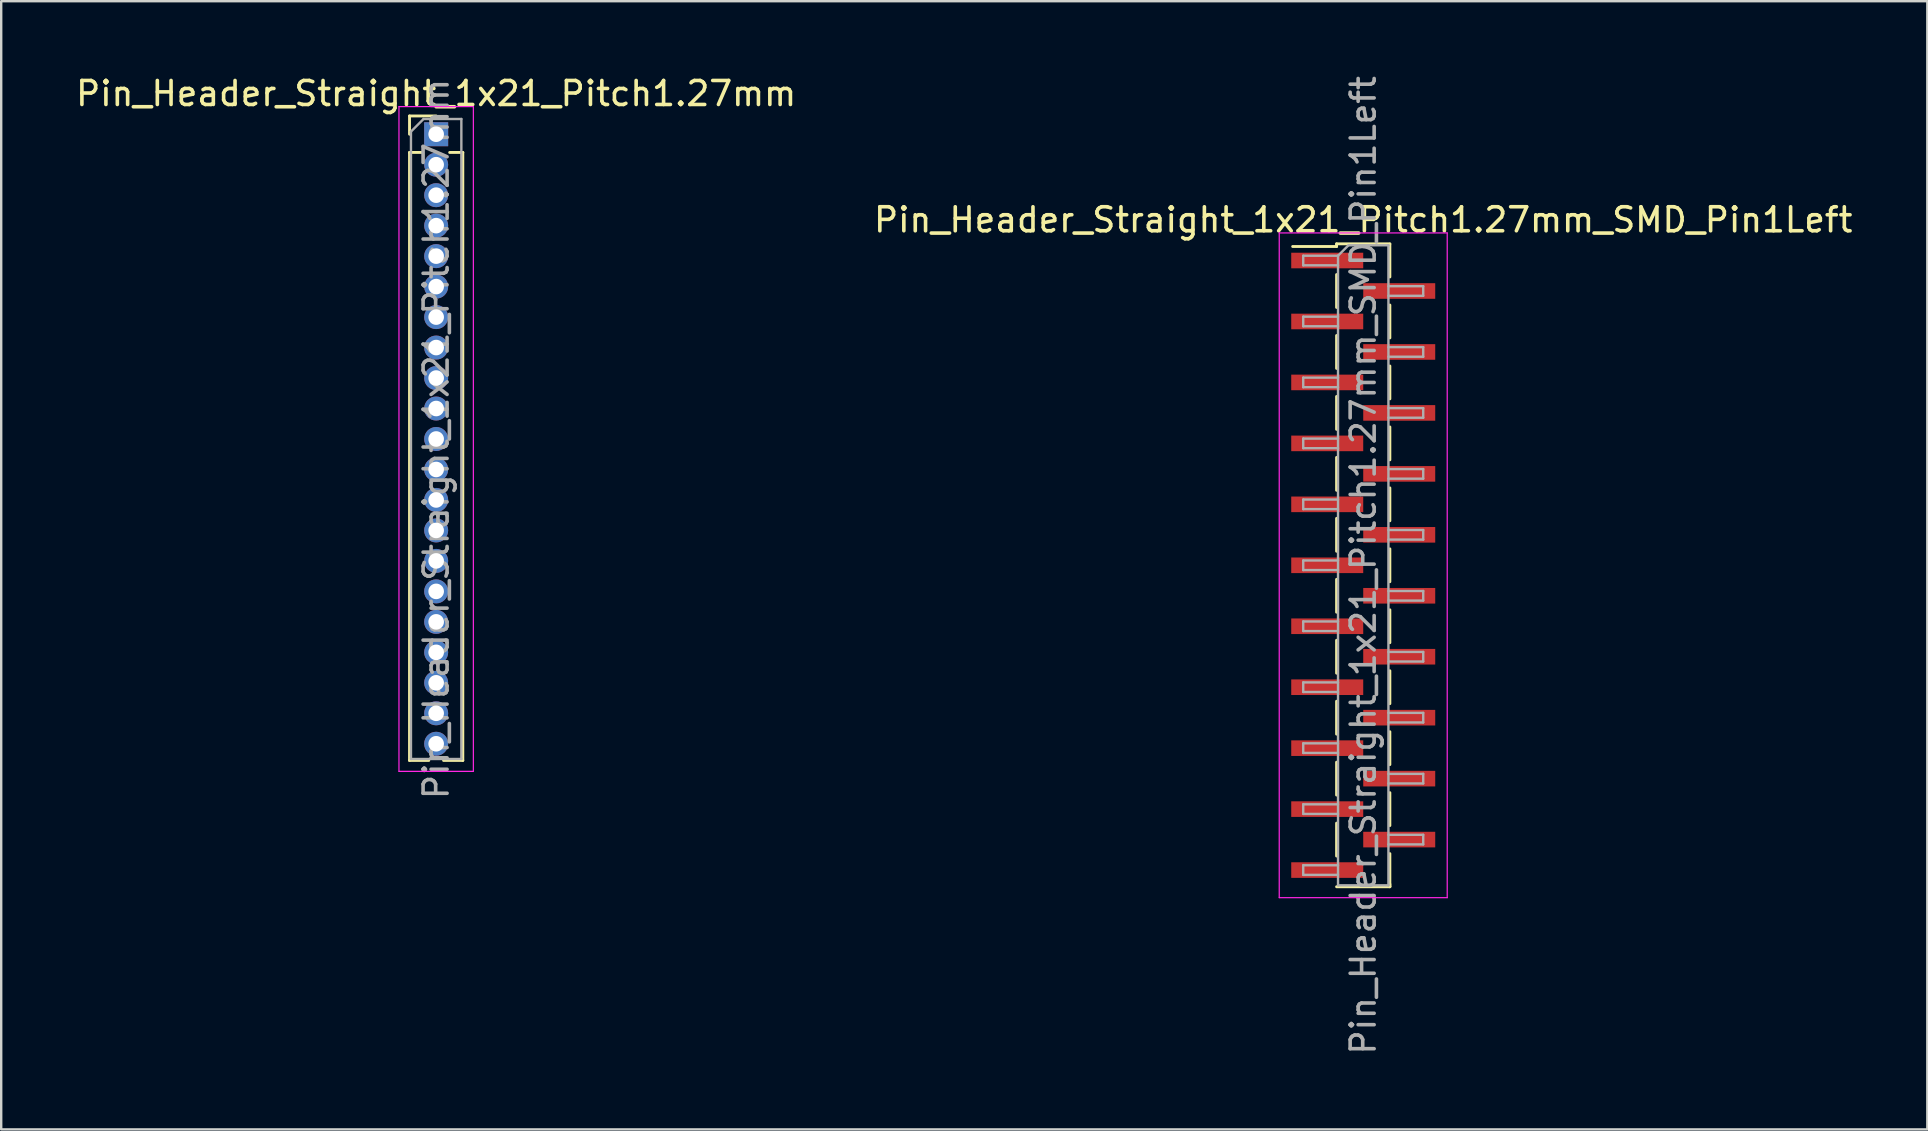
<source format=kicad_pcb>
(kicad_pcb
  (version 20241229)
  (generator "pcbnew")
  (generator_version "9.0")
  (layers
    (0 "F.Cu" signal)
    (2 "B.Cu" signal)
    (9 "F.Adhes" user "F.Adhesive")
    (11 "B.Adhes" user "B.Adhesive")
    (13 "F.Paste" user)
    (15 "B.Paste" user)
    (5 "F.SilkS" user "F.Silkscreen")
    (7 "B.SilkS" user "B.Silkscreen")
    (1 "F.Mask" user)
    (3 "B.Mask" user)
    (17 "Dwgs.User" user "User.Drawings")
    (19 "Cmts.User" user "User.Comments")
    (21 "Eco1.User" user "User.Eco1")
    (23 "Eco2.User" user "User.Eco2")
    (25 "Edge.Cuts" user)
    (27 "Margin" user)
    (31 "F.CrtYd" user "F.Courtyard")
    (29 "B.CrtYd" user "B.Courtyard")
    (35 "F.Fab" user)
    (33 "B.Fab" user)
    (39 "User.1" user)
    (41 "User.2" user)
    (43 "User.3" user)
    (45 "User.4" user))
  (footprint "Pin_Header_Straight_1x21_Pitch1.27mm_SMD_Pin1Left"
    (layer "F.Cu")
    (at 53.756 20.506)
    (property "Reference" "Pin_Header_Straight_1x21_Pitch1.27mm_SMD_Pin1Left" (at 0 -14.395 0) (layer "F.SilkS") (effects (font (size 1 1) (thickness 0.15))))
    (attr smd)
    (fp_line (start -1.11 -13.395) (end -1.11 -13.285) (stroke (width 0.12) (type solid)) (layer "F.SilkS"))
    (fp_line (start -1.11 -13.395) (end 1.11 -13.395) (stroke (width 0.12) (type solid)) (layer "F.SilkS"))
    (fp_line (start -1.11 -13.285) (end -2.94 -13.285) (stroke (width 0.12) (type solid)) (layer "F.SilkS"))
    (fp_line (start -1.11 -12.115) (end -1.11 -10.745) (stroke (width 0.12) (type solid)) (layer "F.SilkS"))
    (fp_line (start -1.11 -9.575) (end -1.11 -8.205) (stroke (width 0.12) (type solid)) (layer "F.SilkS"))
    (fp_line (start -1.11 -7.035) (end -1.11 -5.665) (stroke (width 0.12) (type solid)) (layer "F.SilkS"))
    (fp_line (start -1.11 -4.495) (end -1.11 -3.125) (stroke (width 0.12) (type solid)) (layer "F.SilkS"))
    (fp_line (start -1.11 -1.955) (end -1.11 -0.585) (stroke (width 0.12) (type solid)) (layer "F.SilkS"))
    (fp_line (start -1.11 0.585) (end -1.11 1.955) (stroke (width 0.12) (type solid)) (layer "F.SilkS"))
    (fp_line (start -1.11 3.125) (end -1.11 4.495) (stroke (width 0.12) (type solid)) (layer "F.SilkS"))
    (fp_line (start -1.11 5.665) (end -1.11 7.035) (stroke (width 0.12) (type solid)) (layer "F.SilkS"))
    (fp_line (start -1.11 8.205) (end -1.11 9.575) (stroke (width 0.12) (type solid)) (layer "F.SilkS"))
    (fp_line (start -1.11 10.745) (end -1.11 12.115) (stroke (width 0.12) (type solid)) (layer "F.SilkS"))
    (fp_line (start -1.11 13.395) (end 1.11 13.395) (stroke (width 0.12) (type solid)) (layer "F.SilkS"))
    (fp_line (start 1.11 -13.385) (end 1.11 -12.015) (stroke (width 0.12) (type solid)) (layer "F.SilkS"))
    (fp_line (start 1.11 -10.845) (end 1.11 -9.475) (stroke (width 0.12) (type solid)) (layer "F.SilkS"))
    (fp_line (start 1.11 -8.305) (end 1.11 -6.935) (stroke (width 0.12) (type solid)) (layer "F.SilkS"))
    (fp_line (start 1.11 -5.765) (end 1.11 -4.395) (stroke (width 0.12) (type solid)) (layer "F.SilkS"))
    (fp_line (start 1.11 -3.225) (end 1.11 -1.855) (stroke (width 0.12) (type solid)) (layer "F.SilkS"))
    (fp_line (start 1.11 -0.685) (end 1.11 0.685) (stroke (width 0.12) (type solid)) (layer "F.SilkS"))
    (fp_line (start 1.11 1.855) (end 1.11 3.225) (stroke (width 0.12) (type solid)) (layer "F.SilkS"))
    (fp_line (start 1.11 4.395) (end 1.11 5.765) (stroke (width 0.12) (type solid)) (layer "F.SilkS"))
    (fp_line (start 1.11 6.935) (end 1.11 8.305) (stroke (width 0.12) (type solid)) (layer "F.SilkS"))
    (fp_line (start 1.11 9.475) (end 1.11 10.845) (stroke (width 0.12) (type solid)) (layer "F.SilkS"))
    (fp_line (start 1.11 12.015) (end 1.11 13.385) (stroke (width 0.12) (type solid)) (layer "F.SilkS"))
    (fp_line (start 1.11 13.285) (end 1.11 13.395) (stroke (width 0.12) (type solid)) (layer "F.SilkS"))
    (fp_line (start -3.5 -13.85) (end -3.5 13.85) (stroke (width 0.05) (type solid)) (layer "F.CrtYd"))
    (fp_line (start -3.5 13.85) (end 3.5 13.85) (stroke (width 0.05) (type solid)) (layer "F.CrtYd"))
    (fp_line (start 3.5 -13.85) (end -3.5 -13.85) (stroke (width 0.05) (type solid)) (layer "F.CrtYd"))
    (fp_line (start 3.5 13.85) (end 3.5 -13.85) (stroke (width 0.05) (type solid)) (layer "F.CrtYd"))
    (fp_line (start -2.5 -12.9) (end -2.5 -12.5) (stroke (width 0.1) (type solid)) (layer "F.Fab"))
    (fp_line (start -2.5 -12.5) (end -1.05 -12.5) (stroke (width 0.1) (type solid)) (layer "F.Fab"))
    (fp_line (start -2.5 -10.36) (end -2.5 -9.96) (stroke (width 0.1) (type solid)) (layer "F.Fab"))
    (fp_line (start -2.5 -9.96) (end -1.05 -9.96) (stroke (width 0.1) (type solid)) (layer "F.Fab"))
    (fp_line (start -2.5 -7.82) (end -2.5 -7.42) (stroke (width 0.1) (type solid)) (layer "F.Fab"))
    (fp_line (start -2.5 -7.42) (end -1.05 -7.42) (stroke (width 0.1) (type solid)) (layer "F.Fab"))
    (fp_line (start -2.5 -5.28) (end -2.5 -4.88) (stroke (width 0.1) (type solid)) (layer "F.Fab"))
    (fp_line (start -2.5 -4.88) (end -1.05 -4.88) (stroke (width 0.1) (type solid)) (layer "F.Fab"))
    (fp_line (start -2.5 -2.74) (end -2.5 -2.34) (stroke (width 0.1) (type solid)) (layer "F.Fab"))
    (fp_line (start -2.5 -2.34) (end -1.05 -2.34) (stroke (width 0.1) (type solid)) (layer "F.Fab"))
    (fp_line (start -2.5 -0.2) (end -2.5 0.2) (stroke (width 0.1) (type solid)) (layer "F.Fab"))
    (fp_line (start -2.5 0.2) (end -1.05 0.2) (stroke (width 0.1) (type solid)) (layer "F.Fab"))
    (fp_line (start -2.5 2.34) (end -2.5 2.74) (stroke (width 0.1) (type solid)) (layer "F.Fab"))
    (fp_line (start -2.5 2.74) (end -1.05 2.74) (stroke (width 0.1) (type solid)) (layer "F.Fab"))
    (fp_line (start -2.5 4.88) (end -2.5 5.28) (stroke (width 0.1) (type solid)) (layer "F.Fab"))
    (fp_line (start -2.5 5.28) (end -1.05 5.28) (stroke (width 0.1) (type solid)) (layer "F.Fab"))
    (fp_line (start -2.5 7.42) (end -2.5 7.82) (stroke (width 0.1) (type solid)) (layer "F.Fab"))
    (fp_line (start -2.5 7.82) (end -1.05 7.82) (stroke (width 0.1) (type solid)) (layer "F.Fab"))
    (fp_line (start -2.5 9.96) (end -2.5 10.36) (stroke (width 0.1) (type solid)) (layer "F.Fab"))
    (fp_line (start -2.5 10.36) (end -1.05 10.36) (stroke (width 0.1) (type solid)) (layer "F.Fab"))
    (fp_line (start -2.5 12.5) (end -2.5 12.9) (stroke (width 0.1) (type solid)) (layer "F.Fab"))
    (fp_line (start -2.5 12.9) (end -1.05 12.9) (stroke (width 0.1) (type solid)) (layer "F.Fab"))
    (fp_line (start -1.05 -12.9) (end -2.5 -12.9) (stroke (width 0.1) (type solid)) (layer "F.Fab"))
    (fp_line (start -1.05 -12.9) (end -0.615 -13.335) (stroke (width 0.1) (type solid)) (layer "F.Fab"))
    (fp_line (start -1.05 -10.36) (end -2.5 -10.36) (stroke (width 0.1) (type solid)) (layer "F.Fab"))
    (fp_line (start -1.05 -7.82) (end -2.5 -7.82) (stroke (width 0.1) (type solid)) (layer "F.Fab"))
    (fp_line (start -1.05 -5.28) (end -2.5 -5.28) (stroke (width 0.1) (type solid)) (layer "F.Fab"))
    (fp_line (start -1.05 -2.74) (end -2.5 -2.74) (stroke (width 0.1) (type solid)) (layer "F.Fab"))
    (fp_line (start -1.05 -0.2) (end -2.5 -0.2) (stroke (width 0.1) (type solid)) (layer "F.Fab"))
    (fp_line (start -1.05 2.34) (end -2.5 2.34) (stroke (width 0.1) (type solid)) (layer "F.Fab"))
    (fp_line (start -1.05 4.88) (end -2.5 4.88) (stroke (width 0.1) (type solid)) (layer "F.Fab"))
    (fp_line (start -1.05 7.42) (end -2.5 7.42) (stroke (width 0.1) (type solid)) (layer "F.Fab"))
    (fp_line (start -1.05 9.96) (end -2.5 9.96) (stroke (width 0.1) (type solid)) (layer "F.Fab"))
    (fp_line (start -1.05 12.5) (end -2.5 12.5) (stroke (width 0.1) (type solid)) (layer "F.Fab"))
    (fp_line (start -1.05 13.335) (end -1.05 -12.9) (stroke (width 0.1) (type solid)) (layer "F.Fab"))
    (fp_line (start -0.615 -13.335) (end 1.05 -13.335) (stroke (width 0.1) (type solid)) (layer "F.Fab"))
    (fp_line (start 1.05 -13.335) (end 1.05 13.335) (stroke (width 0.1) (type solid)) (layer "F.Fab"))
    (fp_line (start 1.05 -11.63) (end 2.5 -11.63) (stroke (width 0.1) (type solid)) (layer "F.Fab"))
    (fp_line (start 1.05 -9.09) (end 2.5 -9.09) (stroke (width 0.1) (type solid)) (layer "F.Fab"))
    (fp_line (start 1.05 -6.55) (end 2.5 -6.55) (stroke (width 0.1) (type solid)) (layer "F.Fab"))
    (fp_line (start 1.05 -4.01) (end 2.5 -4.01) (stroke (width 0.1) (type solid)) (layer "F.Fab"))
    (fp_line (start 1.05 -1.47) (end 2.5 -1.47) (stroke (width 0.1) (type solid)) (layer "F.Fab"))
    (fp_line (start 1.05 1.07) (end 2.5 1.07) (stroke (width 0.1) (type solid)) (layer "F.Fab"))
    (fp_line (start 1.05 3.61) (end 2.5 3.61) (stroke (width 0.1) (type solid)) (layer "F.Fab"))
    (fp_line (start 1.05 6.15) (end 2.5 6.15) (stroke (width 0.1) (type solid)) (layer "F.Fab"))
    (fp_line (start 1.05 8.69) (end 2.5 8.69) (stroke (width 0.1) (type solid)) (layer "F.Fab"))
    (fp_line (start 1.05 11.23) (end 2.5 11.23) (stroke (width 0.1) (type solid)) (layer "F.Fab"))
    (fp_line (start 1.05 13.335) (end -1.05 13.335) (stroke (width 0.1) (type solid)) (layer "F.Fab"))
    (fp_line (start 2.5 -11.63) (end 2.5 -11.23) (stroke (width 0.1) (type solid)) (layer "F.Fab"))
    (fp_line (start 2.5 -11.23) (end 1.05 -11.23) (stroke (width 0.1) (type solid)) (layer "F.Fab"))
    (fp_line (start 2.5 -9.09) (end 2.5 -8.69) (stroke (width 0.1) (type solid)) (layer "F.Fab"))
    (fp_line (start 2.5 -8.69) (end 1.05 -8.69) (stroke (width 0.1) (type solid)) (layer "F.Fab"))
    (fp_line (start 2.5 -6.55) (end 2.5 -6.15) (stroke (width 0.1) (type solid)) (layer "F.Fab"))
    (fp_line (start 2.5 -6.15) (end 1.05 -6.15) (stroke (width 0.1) (type solid)) (layer "F.Fab"))
    (fp_line (start 2.5 -4.01) (end 2.5 -3.61) (stroke (width 0.1) (type solid)) (layer "F.Fab"))
    (fp_line (start 2.5 -3.61) (end 1.05 -3.61) (stroke (width 0.1) (type solid)) (layer "F.Fab"))
    (fp_line (start 2.5 -1.47) (end 2.5 -1.07) (stroke (width 0.1) (type solid)) (layer "F.Fab"))
    (fp_line (start 2.5 -1.07) (end 1.05 -1.07) (stroke (width 0.1) (type solid)) (layer "F.Fab"))
    (fp_line (start 2.5 1.07) (end 2.5 1.47) (stroke (width 0.1) (type solid)) (layer "F.Fab"))
    (fp_line (start 2.5 1.47) (end 1.05 1.47) (stroke (width 0.1) (type solid)) (layer "F.Fab"))
    (fp_line (start 2.5 3.61) (end 2.5 4.01) (stroke (width 0.1) (type solid)) (layer "F.Fab"))
    (fp_line (start 2.5 4.01) (end 1.05 4.01) (stroke (width 0.1) (type solid)) (layer "F.Fab"))
    (fp_line (start 2.5 6.15) (end 2.5 6.55) (stroke (width 0.1) (type solid)) (layer "F.Fab"))
    (fp_line (start 2.5 6.55) (end 1.05 6.55) (stroke (width 0.1) (type solid)) (layer "F.Fab"))
    (fp_line (start 2.5 8.69) (end 2.5 9.09) (stroke (width 0.1) (type solid)) (layer "F.Fab"))
    (fp_line (start 2.5 9.09) (end 1.05 9.09) (stroke (width 0.1) (type solid)) (layer "F.Fab"))
    (fp_line (start 2.5 11.23) (end 2.5 11.63) (stroke (width 0.1) (type solid)) (layer "F.Fab"))
    (fp_line (start 2.5 11.63) (end 1.05 11.63) (stroke (width 0.1) (type solid)) (layer "F.Fab"))
    (fp_text user "${REFERENCE}" (at 0 0 90) (layer "F.Fab") (effects (font (size 1 1) (thickness 0.15))))
    (pad "1" smd rect (at -1.5 -12.7) (size 3 0.65) (layers "F.Cu" "F.Mask" "F.Paste"))
    (pad "2" smd rect (at 1.5 -11.43) (size 3 0.65) (layers "F.Cu" "F.Mask" "F.Paste"))
    (pad "3" smd rect (at -1.5 -10.16) (size 3 0.65) (layers "F.Cu" "F.Mask" "F.Paste"))
    (pad "4" smd rect (at 1.5 -8.89) (size 3 0.65) (layers "F.Cu" "F.Mask" "F.Paste"))
    (pad "5" smd rect (at -1.5 -7.62) (size 3 0.65) (layers "F.Cu" "F.Mask" "F.Paste"))
    (pad "6" smd rect (at 1.5 -6.35) (size 3 0.65) (layers "F.Cu" "F.Mask" "F.Paste"))
    (pad "7" smd rect (at -1.5 -5.08) (size 3 0.65) (layers "F.Cu" "F.Mask" "F.Paste"))
    (pad "8" smd rect (at 1.5 -3.81) (size 3 0.65) (layers "F.Cu" "F.Mask" "F.Paste"))
    (pad "9" smd rect (at -1.5 -2.54) (size 3 0.65) (layers "F.Cu" "F.Mask" "F.Paste"))
    (pad "10" smd rect (at 1.5 -1.27) (size 3 0.65) (layers "F.Cu" "F.Mask" "F.Paste"))
    (pad "11" smd rect (at -1.5 0) (size 3 0.65) (layers "F.Cu" "F.Mask" "F.Paste"))
    (pad "12" smd rect (at 1.5 1.27) (size 3 0.65) (layers "F.Cu" "F.Mask" "F.Paste"))
    (pad "13" smd rect (at -1.5 2.54) (size 3 0.65) (layers "F.Cu" "F.Mask" "F.Paste"))
    (pad "14" smd rect (at 1.5 3.81) (size 3 0.65) (layers "F.Cu" "F.Mask" "F.Paste"))
    (pad "15" smd rect (at -1.5 5.08) (size 3 0.65) (layers "F.Cu" "F.Mask" "F.Paste"))
    (pad "16" smd rect (at 1.5 6.35) (size 3 0.65) (layers "F.Cu" "F.Mask" "F.Paste"))
    (pad "17" smd rect (at -1.5 7.62) (size 3 0.65) (layers "F.Cu" "F.Mask" "F.Paste"))
    (pad "18" smd rect (at 1.5 8.89) (size 3 0.65) (layers "F.Cu" "F.Mask" "F.Paste"))
    (pad "19" smd rect (at -1.5 10.16) (size 3 0.65) (layers "F.Cu" "F.Mask" "F.Paste"))
    (pad "20" smd rect (at 1.5 11.43) (size 3 0.65) (layers "F.Cu" "F.Mask" "F.Paste"))
    (pad "21" smd rect (at -1.5 12.7) (size 3 0.65) (layers "F.Cu" "F.Mask" "F.Paste")))
  (footprint "Pin_Header_Straight_1x21_Pitch1.27mm"
    (layer "F.Cu")
    (at 15.125 2.543)
    (property "Reference" "Pin_Header_Straight_1x21_Pitch1.27mm" (at 0 -1.695 0) (layer "F.SilkS") (effects (font (size 1 1) (thickness 0.15))))
    (attr through_hole)
    (fp_line (start -1.11 -0.76) (end 0 -0.76) (stroke (width 0.12) (type solid)) (layer "F.SilkS"))
    (fp_line (start -1.11 0) (end -1.11 -0.76) (stroke (width 0.12) (type solid)) (layer "F.SilkS"))
    (fp_line (start -1.11 0.76) (end -1.11 26.095) (stroke (width 0.12) (type solid)) (layer "F.SilkS"))
    (fp_line (start -1.11 0.76) (end -0.563 0.76) (stroke (width 0.12) (type solid)) (layer "F.SilkS"))
    (fp_line (start -1.11 26.095) (end -0.308 26.095) (stroke (width 0.12) (type solid)) (layer "F.SilkS"))
    (fp_line (start 0.308 26.095) (end 1.11 26.095) (stroke (width 0.12) (type solid)) (layer "F.SilkS"))
    (fp_line (start 0.563 0.76) (end 1.11 0.76) (stroke (width 0.12) (type solid)) (layer "F.SilkS"))
    (fp_line (start 1.11 0.76) (end 1.11 26.095) (stroke (width 0.12) (type solid)) (layer "F.SilkS"))
    (fp_line (start -1.55 -1.15) (end -1.55 26.55) (stroke (width 0.05) (type solid)) (layer "F.CrtYd"))
    (fp_line (start -1.55 26.55) (end 1.55 26.55) (stroke (width 0.05) (type solid)) (layer "F.CrtYd"))
    (fp_line (start 1.55 -1.15) (end -1.55 -1.15) (stroke (width 0.05) (type solid)) (layer "F.CrtYd"))
    (fp_line (start 1.55 26.55) (end 1.55 -1.15) (stroke (width 0.05) (type solid)) (layer "F.CrtYd"))
    (fp_line (start -1.05 -0.11) (end -0.525 -0.635) (stroke (width 0.1) (type solid)) (layer "F.Fab"))
    (fp_line (start -1.05 26.035) (end -1.05 -0.11) (stroke (width 0.1) (type solid)) (layer "F.Fab"))
    (fp_line (start -0.525 -0.635) (end 1.05 -0.635) (stroke (width 0.1) (type solid)) (layer "F.Fab"))
    (fp_line (start 1.05 -0.635) (end 1.05 26.035) (stroke (width 0.1) (type solid)) (layer "F.Fab"))
    (fp_line (start 1.05 26.035) (end -1.05 26.035) (stroke (width 0.1) (type solid)) (layer "F.Fab"))
    (fp_text user "${REFERENCE}" (at 0 12.7 90) (layer "F.Fab") (effects (font (size 1 1) (thickness 0.15))))
    (pad "1" thru_hole rect (at 0 0) (size 1 1) (drill 0.65) (layers "*.Cu" "*.Mask"))
    (pad "2" thru_hole oval (at 0 1.27) (size 1 1) (drill 0.65) (layers "*.Cu" "*.Mask"))
    (pad "3" thru_hole oval (at 0 2.54) (size 1 1) (drill 0.65) (layers "*.Cu" "*.Mask"))
    (pad "4" thru_hole oval (at 0 3.81) (size 1 1) (drill 0.65) (layers "*.Cu" "*.Mask"))
    (pad "5" thru_hole oval (at 0 5.08) (size 1 1) (drill 0.65) (layers "*.Cu" "*.Mask"))
    (pad "6" thru_hole oval (at 0 6.35) (size 1 1) (drill 0.65) (layers "*.Cu" "*.Mask"))
    (pad "7" thru_hole oval (at 0 7.62) (size 1 1) (drill 0.65) (layers "*.Cu" "*.Mask"))
    (pad "8" thru_hole oval (at 0 8.89) (size 1 1) (drill 0.65) (layers "*.Cu" "*.Mask"))
    (pad "9" thru_hole oval (at 0 10.16) (size 1 1) (drill 0.65) (layers "*.Cu" "*.Mask"))
    (pad "10" thru_hole oval (at 0 11.43) (size 1 1) (drill 0.65) (layers "*.Cu" "*.Mask"))
    (pad "11" thru_hole oval (at 0 12.7) (size 1 1) (drill 0.65) (layers "*.Cu" "*.Mask"))
    (pad "12" thru_hole oval (at 0 13.97) (size 1 1) (drill 0.65) (layers "*.Cu" "*.Mask"))
    (pad "13" thru_hole oval (at 0 15.24) (size 1 1) (drill 0.65) (layers "*.Cu" "*.Mask"))
    (pad "14" thru_hole oval (at 0 16.51) (size 1 1) (drill 0.65) (layers "*.Cu" "*.Mask"))
    (pad "15" thru_hole oval (at 0 17.78) (size 1 1) (drill 0.65) (layers "*.Cu" "*.Mask"))
    (pad "16" thru_hole oval (at 0 19.05) (size 1 1) (drill 0.65) (layers "*.Cu" "*.Mask"))
    (pad "17" thru_hole oval (at 0 20.32) (size 1 1) (drill 0.65) (layers "*.Cu" "*.Mask"))
    (pad "18" thru_hole oval (at 0 21.59) (size 1 1) (drill 0.65) (layers "*.Cu" "*.Mask"))
    (pad "19" thru_hole oval (at 0 22.86) (size 1 1) (drill 0.65) (layers "*.Cu" "*.Mask"))
    (pad "20" thru_hole oval (at 0 24.13) (size 1 1) (drill 0.65) (layers "*.Cu" "*.Mask"))
    (pad "21" thru_hole oval (at 0 25.4) (size 1 1) (drill 0.65) (layers "*.Cu" "*.Mask")))
  (gr_rect
    (start -3 -3)
    (end 77.262 44.012)
    (stroke (width 0.1) (type default))
    (fill no)
    (layer "Edge.Cuts")))
</source>
